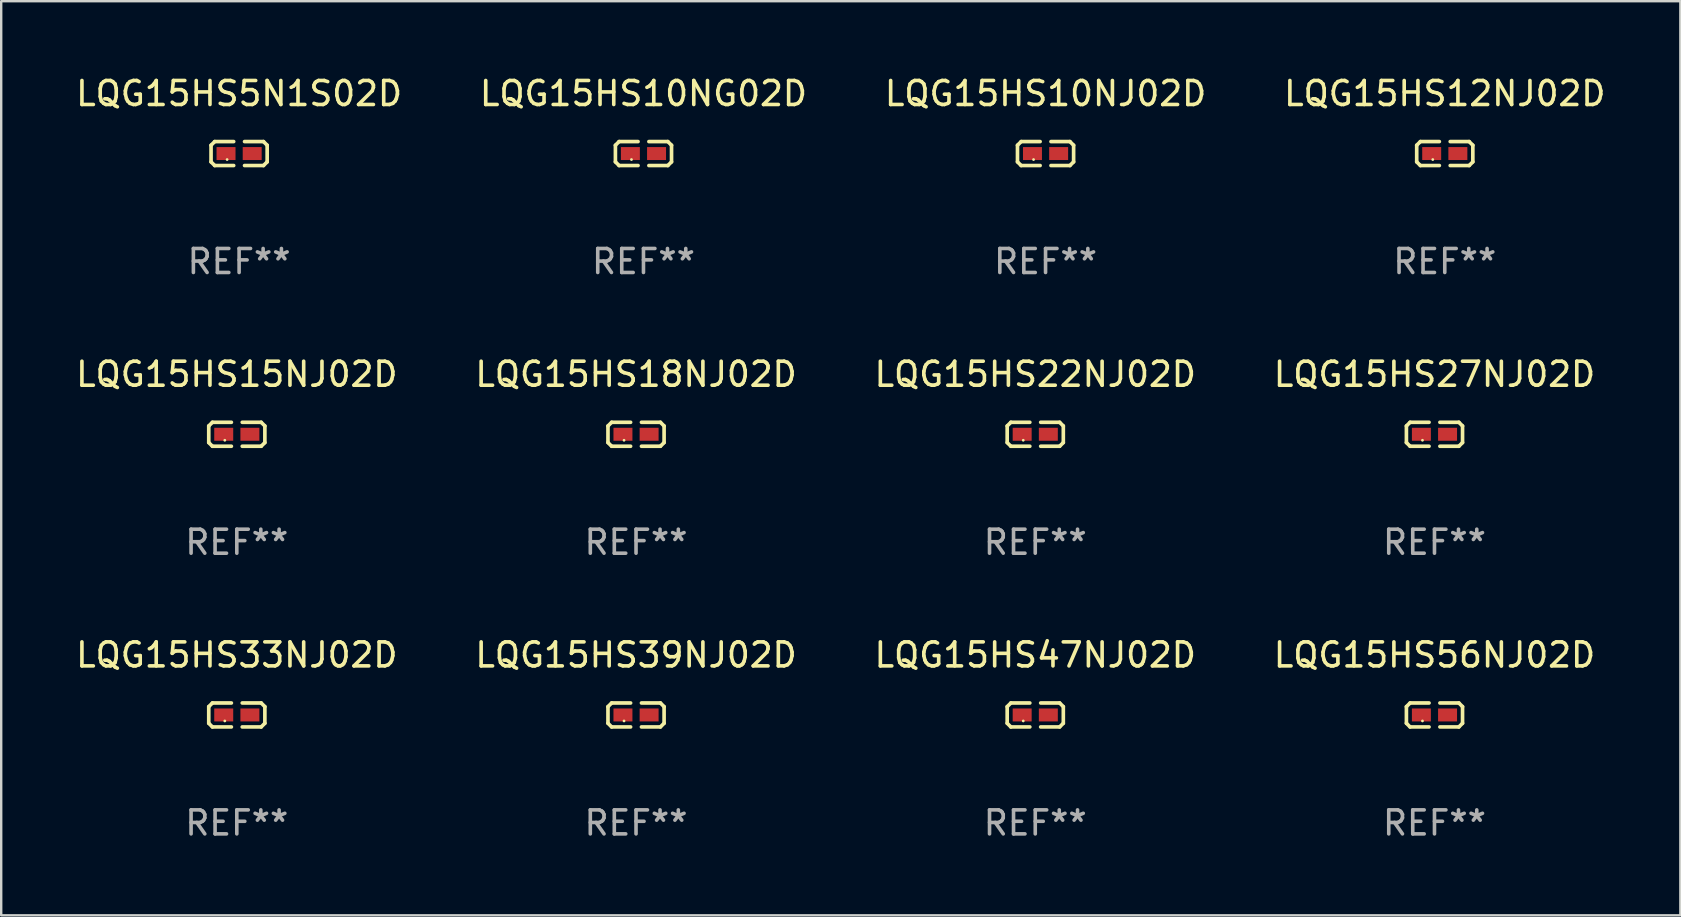
<source format=kicad_pcb>
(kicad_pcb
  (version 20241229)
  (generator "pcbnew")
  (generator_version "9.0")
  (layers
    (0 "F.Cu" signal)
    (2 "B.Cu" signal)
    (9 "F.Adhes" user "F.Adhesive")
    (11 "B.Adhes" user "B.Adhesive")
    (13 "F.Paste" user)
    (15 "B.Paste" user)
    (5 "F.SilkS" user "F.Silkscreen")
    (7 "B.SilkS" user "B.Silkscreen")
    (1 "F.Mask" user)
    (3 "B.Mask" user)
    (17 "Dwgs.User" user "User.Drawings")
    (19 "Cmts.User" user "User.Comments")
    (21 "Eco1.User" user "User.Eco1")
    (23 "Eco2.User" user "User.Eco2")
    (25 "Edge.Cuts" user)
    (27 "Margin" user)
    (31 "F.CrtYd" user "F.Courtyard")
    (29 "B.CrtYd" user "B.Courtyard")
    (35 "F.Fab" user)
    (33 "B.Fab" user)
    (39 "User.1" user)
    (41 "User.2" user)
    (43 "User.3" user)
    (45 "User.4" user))
  (footprint "LQG15HS22NJ02D"
    (layer "F.Cu")
    (at 40.077 15.041)
    (property "Reference" "LQG15HS22NJ02D" (at 0 -2.499 0) (layer "F.SilkS") (effects (font (size 1 1) (thickness 0.15))))
    (attr through_hole)
    (fp_line (start -1.169 -0.346) (end -1.016 -0.499) (stroke (width 0.152) (type solid)) (layer "F.SilkS"))
    (fp_line (start -1.169 0.346) (end -1.169 -0.346) (stroke (width 0.152) (type solid)) (layer "F.SilkS"))
    (fp_line (start -1.016 -0.499) (end -0.226 -0.499) (stroke (width 0.152) (type solid)) (layer "F.SilkS"))
    (fp_line (start -1.016 0.499) (end -1.169 0.346) (stroke (width 0.152) (type solid)) (layer "F.SilkS"))
    (fp_line (start -0.226 0.499) (end -1.016 0.499) (stroke (width 0.152) (type solid)) (layer "F.SilkS"))
    (fp_line (start 0.226 0.499) (end 1.016 0.499) (stroke (width 0.152) (type solid)) (layer "F.SilkS"))
    (fp_line (start 1.016 -0.499) (end 0.226 -0.499) (stroke (width 0.152) (type solid)) (layer "F.SilkS"))
    (fp_line (start 1.016 0.499) (end 1.169 0.346) (stroke (width 0.152) (type solid)) (layer "F.SilkS"))
    (fp_line (start 1.169 -0.346) (end 1.016 -0.499) (stroke (width 0.152) (type solid)) (layer "F.SilkS"))
    (fp_line (start 1.169 0.346) (end 1.169 -0.346) (stroke (width 0.152) (type solid)) (layer "F.SilkS"))
    (fp_circle (center -0.5 0.25) (end -0.47 0.25) (stroke (width 0.06) (type solid)) (fill no) (layer "F.SilkS"))
    (fp_text user "REF**" (at 0 4.499 0) (layer "F.Fab") (effects (font (size 1 1) (thickness 0.15))))
    (pad "1" smd rect (at -0.545 0) (size 0.79 0.54) (layers "F.Cu" "F.Mask" "F.Paste"))
    (pad "2" smd rect (at 0.545 0) (size 0.79 0.54) (layers "F.Cu" "F.Mask" "F.Paste")))
  (footprint "LQG15HS10NJ02D"
    (layer "F.Cu")
    (at 40.506 3.347)
    (property "Reference" "LQG15HS10NJ02D" (at 0 -2.499 0) (layer "F.SilkS") (effects (font (size 1 1) (thickness 0.15))))
    (attr through_hole)
    (fp_line (start -1.169 -0.346) (end -1.016 -0.499) (stroke (width 0.152) (type solid)) (layer "F.SilkS"))
    (fp_line (start -1.169 0.346) (end -1.169 -0.346) (stroke (width 0.152) (type solid)) (layer "F.SilkS"))
    (fp_line (start -1.016 -0.499) (end -0.226 -0.499) (stroke (width 0.152) (type solid)) (layer "F.SilkS"))
    (fp_line (start -1.016 0.499) (end -1.169 0.346) (stroke (width 0.152) (type solid)) (layer "F.SilkS"))
    (fp_line (start -0.226 0.499) (end -1.016 0.499) (stroke (width 0.152) (type solid)) (layer "F.SilkS"))
    (fp_line (start 0.226 0.499) (end 1.016 0.499) (stroke (width 0.152) (type solid)) (layer "F.SilkS"))
    (fp_line (start 1.016 -0.499) (end 0.226 -0.499) (stroke (width 0.152) (type solid)) (layer "F.SilkS"))
    (fp_line (start 1.016 0.499) (end 1.169 0.346) (stroke (width 0.152) (type solid)) (layer "F.SilkS"))
    (fp_line (start 1.169 -0.346) (end 1.016 -0.499) (stroke (width 0.152) (type solid)) (layer "F.SilkS"))
    (fp_line (start 1.169 0.346) (end 1.169 -0.346) (stroke (width 0.152) (type solid)) (layer "F.SilkS"))
    (fp_circle (center -0.5 0.25) (end -0.47 0.25) (stroke (width 0.06) (type solid)) (fill no) (layer "F.SilkS"))
    (fp_text user "REF**" (at 0 4.499 0) (layer "F.Fab") (effects (font (size 1 1) (thickness 0.15))))
    (pad "1" smd rect (at -0.545 0) (size 0.79 0.54) (layers "F.Cu" "F.Mask" "F.Paste"))
    (pad "2" smd rect (at 0.545 0) (size 0.79 0.54) (layers "F.Cu" "F.Mask" "F.Paste")))
  (footprint "LQG15HS18NJ02D"
    (layer "F.Cu")
    (at 23.446 15.041)
    (property "Reference" "LQG15HS18NJ02D" (at 0 -2.499 0) (layer "F.SilkS") (effects (font (size 1 1) (thickness 0.15))))
    (attr through_hole)
    (fp_line (start -1.169 -0.346) (end -1.016 -0.499) (stroke (width 0.152) (type solid)) (layer "F.SilkS"))
    (fp_line (start -1.169 0.346) (end -1.169 -0.346) (stroke (width 0.152) (type solid)) (layer "F.SilkS"))
    (fp_line (start -1.016 -0.499) (end -0.226 -0.499) (stroke (width 0.152) (type solid)) (layer "F.SilkS"))
    (fp_line (start -1.016 0.499) (end -1.169 0.346) (stroke (width 0.152) (type solid)) (layer "F.SilkS"))
    (fp_line (start -0.226 0.499) (end -1.016 0.499) (stroke (width 0.152) (type solid)) (layer "F.SilkS"))
    (fp_line (start 0.226 0.499) (end 1.016 0.499) (stroke (width 0.152) (type solid)) (layer "F.SilkS"))
    (fp_line (start 1.016 -0.499) (end 0.226 -0.499) (stroke (width 0.152) (type solid)) (layer "F.SilkS"))
    (fp_line (start 1.016 0.499) (end 1.169 0.346) (stroke (width 0.152) (type solid)) (layer "F.SilkS"))
    (fp_line (start 1.169 -0.346) (end 1.016 -0.499) (stroke (width 0.152) (type solid)) (layer "F.SilkS"))
    (fp_line (start 1.169 0.346) (end 1.169 -0.346) (stroke (width 0.152) (type solid)) (layer "F.SilkS"))
    (fp_circle (center -0.5 0.25) (end -0.47 0.25) (stroke (width 0.06) (type solid)) (fill no) (layer "F.SilkS"))
    (fp_text user "REF**" (at 0 4.499 0) (layer "F.Fab") (effects (font (size 1 1) (thickness 0.15))))
    (pad "1" smd rect (at -0.545 0) (size 0.79 0.54) (layers "F.Cu" "F.Mask" "F.Paste"))
    (pad "2" smd rect (at 0.545 0) (size 0.79 0.54) (layers "F.Cu" "F.Mask" "F.Paste")))
  (footprint "LQG15HS47NJ02D"
    (layer "F.Cu")
    (at 40.077 26.734)
    (property "Reference" "LQG15HS47NJ02D" (at 0 -2.499 0) (layer "F.SilkS") (effects (font (size 1 1) (thickness 0.15))))
    (attr through_hole)
    (fp_line (start -1.169 -0.346) (end -1.016 -0.499) (stroke (width 0.152) (type solid)) (layer "F.SilkS"))
    (fp_line (start -1.169 0.346) (end -1.169 -0.346) (stroke (width 0.152) (type solid)) (layer "F.SilkS"))
    (fp_line (start -1.016 -0.499) (end -0.226 -0.499) (stroke (width 0.152) (type solid)) (layer "F.SilkS"))
    (fp_line (start -1.016 0.499) (end -1.169 0.346) (stroke (width 0.152) (type solid)) (layer "F.SilkS"))
    (fp_line (start -0.226 0.499) (end -1.016 0.499) (stroke (width 0.152) (type solid)) (layer "F.SilkS"))
    (fp_line (start 0.226 0.499) (end 1.016 0.499) (stroke (width 0.152) (type solid)) (layer "F.SilkS"))
    (fp_line (start 1.016 -0.499) (end 0.226 -0.499) (stroke (width 0.152) (type solid)) (layer "F.SilkS"))
    (fp_line (start 1.016 0.499) (end 1.169 0.346) (stroke (width 0.152) (type solid)) (layer "F.SilkS"))
    (fp_line (start 1.169 -0.346) (end 1.016 -0.499) (stroke (width 0.152) (type solid)) (layer "F.SilkS"))
    (fp_line (start 1.169 0.346) (end 1.169 -0.346) (stroke (width 0.152) (type solid)) (layer "F.SilkS"))
    (fp_circle (center -0.5 0.25) (end -0.47 0.25) (stroke (width 0.06) (type solid)) (fill no) (layer "F.SilkS"))
    (fp_text user "REF**" (at 0 4.499 0) (layer "F.Fab") (effects (font (size 1 1) (thickness 0.15))))
    (pad "1" smd rect (at -0.545 0) (size 0.79 0.54) (layers "F.Cu" "F.Mask" "F.Paste"))
    (pad "2" smd rect (at 0.545 0) (size 0.79 0.54) (layers "F.Cu" "F.Mask" "F.Paste")))
  (footprint "LQG15HS39NJ02D"
    (layer "F.Cu")
    (at 23.446 26.734)
    (property "Reference" "LQG15HS39NJ02D" (at 0 -2.499 0) (layer "F.SilkS") (effects (font (size 1 1) (thickness 0.15))))
    (attr through_hole)
    (fp_line (start -1.169 -0.346) (end -1.016 -0.499) (stroke (width 0.152) (type solid)) (layer "F.SilkS"))
    (fp_line (start -1.169 0.346) (end -1.169 -0.346) (stroke (width 0.152) (type solid)) (layer "F.SilkS"))
    (fp_line (start -1.016 -0.499) (end -0.226 -0.499) (stroke (width 0.152) (type solid)) (layer "F.SilkS"))
    (fp_line (start -1.016 0.499) (end -1.169 0.346) (stroke (width 0.152) (type solid)) (layer "F.SilkS"))
    (fp_line (start -0.226 0.499) (end -1.016 0.499) (stroke (width 0.152) (type solid)) (layer "F.SilkS"))
    (fp_line (start 0.226 0.499) (end 1.016 0.499) (stroke (width 0.152) (type solid)) (layer "F.SilkS"))
    (fp_line (start 1.016 -0.499) (end 0.226 -0.499) (stroke (width 0.152) (type solid)) (layer "F.SilkS"))
    (fp_line (start 1.016 0.499) (end 1.169 0.346) (stroke (width 0.152) (type solid)) (layer "F.SilkS"))
    (fp_line (start 1.169 -0.346) (end 1.016 -0.499) (stroke (width 0.152) (type solid)) (layer "F.SilkS"))
    (fp_line (start 1.169 0.346) (end 1.169 -0.346) (stroke (width 0.152) (type solid)) (layer "F.SilkS"))
    (fp_circle (center -0.5 0.25) (end -0.47 0.25) (stroke (width 0.06) (type solid)) (fill no) (layer "F.SilkS"))
    (fp_text user "REF**" (at 0 4.499 0) (layer "F.Fab") (effects (font (size 1 1) (thickness 0.15))))
    (pad "1" smd rect (at -0.545 0) (size 0.79 0.54) (layers "F.Cu" "F.Mask" "F.Paste"))
    (pad "2" smd rect (at 0.545 0) (size 0.79 0.54) (layers "F.Cu" "F.Mask" "F.Paste")))
  (footprint "LQG15HS27NJ02D"
    (layer "F.Cu")
    (at 56.708 15.041)
    (property "Reference" "LQG15HS27NJ02D" (at 0 -2.499 0) (layer "F.SilkS") (effects (font (size 1 1) (thickness 0.15))))
    (attr through_hole)
    (fp_line (start -1.169 -0.346) (end -1.016 -0.499) (stroke (width 0.152) (type solid)) (layer "F.SilkS"))
    (fp_line (start -1.169 0.346) (end -1.169 -0.346) (stroke (width 0.152) (type solid)) (layer "F.SilkS"))
    (fp_line (start -1.016 -0.499) (end -0.226 -0.499) (stroke (width 0.152) (type solid)) (layer "F.SilkS"))
    (fp_line (start -1.016 0.499) (end -1.169 0.346) (stroke (width 0.152) (type solid)) (layer "F.SilkS"))
    (fp_line (start -0.226 0.499) (end -1.016 0.499) (stroke (width 0.152) (type solid)) (layer "F.SilkS"))
    (fp_line (start 0.226 0.499) (end 1.016 0.499) (stroke (width 0.152) (type solid)) (layer "F.SilkS"))
    (fp_line (start 1.016 -0.499) (end 0.226 -0.499) (stroke (width 0.152) (type solid)) (layer "F.SilkS"))
    (fp_line (start 1.016 0.499) (end 1.169 0.346) (stroke (width 0.152) (type solid)) (layer "F.SilkS"))
    (fp_line (start 1.169 -0.346) (end 1.016 -0.499) (stroke (width 0.152) (type solid)) (layer "F.SilkS"))
    (fp_line (start 1.169 0.346) (end 1.169 -0.346) (stroke (width 0.152) (type solid)) (layer "F.SilkS"))
    (fp_circle (center -0.5 0.25) (end -0.47 0.25) (stroke (width 0.06) (type solid)) (fill no) (layer "F.SilkS"))
    (fp_text user "REF**" (at 0 4.499 0) (layer "F.Fab") (effects (font (size 1 1) (thickness 0.15))))
    (pad "1" smd rect (at -0.545 0) (size 0.79 0.54) (layers "F.Cu" "F.Mask" "F.Paste"))
    (pad "2" smd rect (at 0.545 0) (size 0.79 0.54) (layers "F.Cu" "F.Mask" "F.Paste")))
  (footprint "LQG15HS12NJ02D"
    (layer "F.Cu")
    (at 57.137 3.347)
    (property "Reference" "LQG15HS12NJ02D" (at 0 -2.499 0) (layer "F.SilkS") (effects (font (size 1 1) (thickness 0.15))))
    (attr through_hole)
    (fp_line (start -1.169 -0.346) (end -1.016 -0.499) (stroke (width 0.152) (type solid)) (layer "F.SilkS"))
    (fp_line (start -1.169 0.346) (end -1.169 -0.346) (stroke (width 0.152) (type solid)) (layer "F.SilkS"))
    (fp_line (start -1.016 -0.499) (end -0.226 -0.499) (stroke (width 0.152) (type solid)) (layer "F.SilkS"))
    (fp_line (start -1.016 0.499) (end -1.169 0.346) (stroke (width 0.152) (type solid)) (layer "F.SilkS"))
    (fp_line (start -0.226 0.499) (end -1.016 0.499) (stroke (width 0.152) (type solid)) (layer "F.SilkS"))
    (fp_line (start 0.226 0.499) (end 1.016 0.499) (stroke (width 0.152) (type solid)) (layer "F.SilkS"))
    (fp_line (start 1.016 -0.499) (end 0.226 -0.499) (stroke (width 0.152) (type solid)) (layer "F.SilkS"))
    (fp_line (start 1.016 0.499) (end 1.169 0.346) (stroke (width 0.152) (type solid)) (layer "F.SilkS"))
    (fp_line (start 1.169 -0.346) (end 1.016 -0.499) (stroke (width 0.152) (type solid)) (layer "F.SilkS"))
    (fp_line (start 1.169 0.346) (end 1.169 -0.346) (stroke (width 0.152) (type solid)) (layer "F.SilkS"))
    (fp_circle (center -0.5 0.25) (end -0.47 0.25) (stroke (width 0.06) (type solid)) (fill no) (layer "F.SilkS"))
    (fp_text user "REF**" (at 0 4.499 0) (layer "F.Fab") (effects (font (size 1 1) (thickness 0.15))))
    (pad "1" smd rect (at -0.545 0) (size 0.79 0.54) (layers "F.Cu" "F.Mask" "F.Paste"))
    (pad "2" smd rect (at 0.545 0) (size 0.79 0.54) (layers "F.Cu" "F.Mask" "F.Paste")))
  (footprint "LQG15HS5N1S02D"
    (layer "F.Cu")
    (at 6.911 3.347)
    (property "Reference" "LQG15HS5N1S02D" (at 0 -2.499 0) (layer "F.SilkS") (effects (font (size 1 1) (thickness 0.15))))
    (attr through_hole)
    (fp_line (start -1.169 -0.346) (end -1.016 -0.499) (stroke (width 0.152) (type solid)) (layer "F.SilkS"))
    (fp_line (start -1.169 0.346) (end -1.169 -0.346) (stroke (width 0.152) (type solid)) (layer "F.SilkS"))
    (fp_line (start -1.016 -0.499) (end -0.226 -0.499) (stroke (width 0.152) (type solid)) (layer "F.SilkS"))
    (fp_line (start -1.016 0.499) (end -1.169 0.346) (stroke (width 0.152) (type solid)) (layer "F.SilkS"))
    (fp_line (start -0.226 0.499) (end -1.016 0.499) (stroke (width 0.152) (type solid)) (layer "F.SilkS"))
    (fp_line (start 0.226 0.499) (end 1.016 0.499) (stroke (width 0.152) (type solid)) (layer "F.SilkS"))
    (fp_line (start 1.016 -0.499) (end 0.226 -0.499) (stroke (width 0.152) (type solid)) (layer "F.SilkS"))
    (fp_line (start 1.016 0.499) (end 1.169 0.346) (stroke (width 0.152) (type solid)) (layer "F.SilkS"))
    (fp_line (start 1.169 -0.346) (end 1.016 -0.499) (stroke (width 0.152) (type solid)) (layer "F.SilkS"))
    (fp_line (start 1.169 0.346) (end 1.169 -0.346) (stroke (width 0.152) (type solid)) (layer "F.SilkS"))
    (fp_circle (center -0.5 0.25) (end -0.47 0.25) (stroke (width 0.06) (type solid)) (fill no) (layer "F.SilkS"))
    (fp_text user "REF**" (at 0 4.499 0) (layer "F.Fab") (effects (font (size 1 1) (thickness 0.15))))
    (pad "1" smd rect (at -0.545 0) (size 0.79 0.54) (layers "F.Cu" "F.Mask" "F.Paste"))
    (pad "2" smd rect (at 0.545 0) (size 0.79 0.54) (layers "F.Cu" "F.Mask" "F.Paste")))
  (footprint "LQG15HS15NJ02D"
    (layer "F.Cu")
    (at 6.815 15.041)
    (property "Reference" "LQG15HS15NJ02D" (at 0 -2.499 0) (layer "F.SilkS") (effects (font (size 1 1) (thickness 0.15))))
    (attr through_hole)
    (fp_line (start -1.169 -0.346) (end -1.016 -0.499) (stroke (width 0.152) (type solid)) (layer "F.SilkS"))
    (fp_line (start -1.169 0.346) (end -1.169 -0.346) (stroke (width 0.152) (type solid)) (layer "F.SilkS"))
    (fp_line (start -1.016 -0.499) (end -0.226 -0.499) (stroke (width 0.152) (type solid)) (layer "F.SilkS"))
    (fp_line (start -1.016 0.499) (end -1.169 0.346) (stroke (width 0.152) (type solid)) (layer "F.SilkS"))
    (fp_line (start -0.226 0.499) (end -1.016 0.499) (stroke (width 0.152) (type solid)) (layer "F.SilkS"))
    (fp_line (start 0.226 0.499) (end 1.016 0.499) (stroke (width 0.152) (type solid)) (layer "F.SilkS"))
    (fp_line (start 1.016 -0.499) (end 0.226 -0.499) (stroke (width 0.152) (type solid)) (layer "F.SilkS"))
    (fp_line (start 1.016 0.499) (end 1.169 0.346) (stroke (width 0.152) (type solid)) (layer "F.SilkS"))
    (fp_line (start 1.169 -0.346) (end 1.016 -0.499) (stroke (width 0.152) (type solid)) (layer "F.SilkS"))
    (fp_line (start 1.169 0.346) (end 1.169 -0.346) (stroke (width 0.152) (type solid)) (layer "F.SilkS"))
    (fp_circle (center -0.5 0.25) (end -0.47 0.25) (stroke (width 0.06) (type solid)) (fill no) (layer "F.SilkS"))
    (fp_text user "REF**" (at 0 4.499 0) (layer "F.Fab") (effects (font (size 1 1) (thickness 0.15))))
    (pad "1" smd rect (at -0.545 0) (size 0.79 0.54) (layers "F.Cu" "F.Mask" "F.Paste"))
    (pad "2" smd rect (at 0.545 0) (size 0.79 0.54) (layers "F.Cu" "F.Mask" "F.Paste")))
  (footprint "LQG15HS56NJ02D"
    (layer "F.Cu")
    (at 56.708 26.734)
    (property "Reference" "LQG15HS56NJ02D" (at 0 -2.499 0) (layer "F.SilkS") (effects (font (size 1 1) (thickness 0.15))))
    (attr through_hole)
    (fp_line (start -1.169 -0.346) (end -1.016 -0.499) (stroke (width 0.152) (type solid)) (layer "F.SilkS"))
    (fp_line (start -1.169 0.346) (end -1.169 -0.346) (stroke (width 0.152) (type solid)) (layer "F.SilkS"))
    (fp_line (start -1.016 -0.499) (end -0.226 -0.499) (stroke (width 0.152) (type solid)) (layer "F.SilkS"))
    (fp_line (start -1.016 0.499) (end -1.169 0.346) (stroke (width 0.152) (type solid)) (layer "F.SilkS"))
    (fp_line (start -0.226 0.499) (end -1.016 0.499) (stroke (width 0.152) (type solid)) (layer "F.SilkS"))
    (fp_line (start 0.226 0.499) (end 1.016 0.499) (stroke (width 0.152) (type solid)) (layer "F.SilkS"))
    (fp_line (start 1.016 -0.499) (end 0.226 -0.499) (stroke (width 0.152) (type solid)) (layer "F.SilkS"))
    (fp_line (start 1.016 0.499) (end 1.169 0.346) (stroke (width 0.152) (type solid)) (layer "F.SilkS"))
    (fp_line (start 1.169 -0.346) (end 1.016 -0.499) (stroke (width 0.152) (type solid)) (layer "F.SilkS"))
    (fp_line (start 1.169 0.346) (end 1.169 -0.346) (stroke (width 0.152) (type solid)) (layer "F.SilkS"))
    (fp_circle (center -0.5 0.25) (end -0.47 0.25) (stroke (width 0.06) (type solid)) (fill no) (layer "F.SilkS"))
    (fp_text user "REF**" (at 0 4.499 0) (layer "F.Fab") (effects (font (size 1 1) (thickness 0.15))))
    (pad "1" smd rect (at -0.545 0) (size 0.79 0.54) (layers "F.Cu" "F.Mask" "F.Paste"))
    (pad "2" smd rect (at 0.545 0) (size 0.79 0.54) (layers "F.Cu" "F.Mask" "F.Paste")))
  (footprint "LQG15HS10NG02D"
    (layer "F.Cu")
    (at 23.756 3.347)
    (property "Reference" "LQG15HS10NG02D" (at 0 -2.499 0) (layer "F.SilkS") (effects (font (size 1 1) (thickness 0.15))))
    (attr through_hole)
    (fp_line (start -1.169 -0.346) (end -1.016 -0.499) (stroke (width 0.152) (type solid)) (layer "F.SilkS"))
    (fp_line (start -1.169 0.346) (end -1.169 -0.346) (stroke (width 0.152) (type solid)) (layer "F.SilkS"))
    (fp_line (start -1.016 -0.499) (end -0.226 -0.499) (stroke (width 0.152) (type solid)) (layer "F.SilkS"))
    (fp_line (start -1.016 0.499) (end -1.169 0.346) (stroke (width 0.152) (type solid)) (layer "F.SilkS"))
    (fp_line (start -0.226 0.499) (end -1.016 0.499) (stroke (width 0.152) (type solid)) (layer "F.SilkS"))
    (fp_line (start 0.226 0.499) (end 1.016 0.499) (stroke (width 0.152) (type solid)) (layer "F.SilkS"))
    (fp_line (start 1.016 -0.499) (end 0.226 -0.499) (stroke (width 0.152) (type solid)) (layer "F.SilkS"))
    (fp_line (start 1.016 0.499) (end 1.169 0.346) (stroke (width 0.152) (type solid)) (layer "F.SilkS"))
    (fp_line (start 1.169 -0.346) (end 1.016 -0.499) (stroke (width 0.152) (type solid)) (layer "F.SilkS"))
    (fp_line (start 1.169 0.346) (end 1.169 -0.346) (stroke (width 0.152) (type solid)) (layer "F.SilkS"))
    (fp_circle (center -0.5 0.25) (end -0.47 0.25) (stroke (width 0.06) (type solid)) (fill no) (layer "F.SilkS"))
    (fp_text user "REF**" (at 0 4.499 0) (layer "F.Fab") (effects (font (size 1 1) (thickness 0.15))))
    (pad "1" smd rect (at -0.545 0) (size 0.79 0.54) (layers "F.Cu" "F.Mask" "F.Paste"))
    (pad "2" smd rect (at 0.545 0) (size 0.79 0.54) (layers "F.Cu" "F.Mask" "F.Paste")))
  (footprint "LQG15HS33NJ02D"
    (layer "F.Cu")
    (at 6.815 26.734)
    (property "Reference" "LQG15HS33NJ02D" (at 0 -2.499 0) (layer "F.SilkS") (effects (font (size 1 1) (thickness 0.15))))
    (attr through_hole)
    (fp_line (start -1.169 -0.346) (end -1.016 -0.499) (stroke (width 0.152) (type solid)) (layer "F.SilkS"))
    (fp_line (start -1.169 0.346) (end -1.169 -0.346) (stroke (width 0.152) (type solid)) (layer "F.SilkS"))
    (fp_line (start -1.016 -0.499) (end -0.226 -0.499) (stroke (width 0.152) (type solid)) (layer "F.SilkS"))
    (fp_line (start -1.016 0.499) (end -1.169 0.346) (stroke (width 0.152) (type solid)) (layer "F.SilkS"))
    (fp_line (start -0.226 0.499) (end -1.016 0.499) (stroke (width 0.152) (type solid)) (layer "F.SilkS"))
    (fp_line (start 0.226 0.499) (end 1.016 0.499) (stroke (width 0.152) (type solid)) (layer "F.SilkS"))
    (fp_line (start 1.016 -0.499) (end 0.226 -0.499) (stroke (width 0.152) (type solid)) (layer "F.SilkS"))
    (fp_line (start 1.016 0.499) (end 1.169 0.346) (stroke (width 0.152) (type solid)) (layer "F.SilkS"))
    (fp_line (start 1.169 -0.346) (end 1.016 -0.499) (stroke (width 0.152) (type solid)) (layer "F.SilkS"))
    (fp_line (start 1.169 0.346) (end 1.169 -0.346) (stroke (width 0.152) (type solid)) (layer "F.SilkS"))
    (fp_circle (center -0.5 0.25) (end -0.47 0.25) (stroke (width 0.06) (type solid)) (fill no) (layer "F.SilkS"))
    (fp_text user "REF**" (at 0 4.499 0) (layer "F.Fab") (effects (font (size 1 1) (thickness 0.15))))
    (pad "1" smd rect (at -0.545 0) (size 0.79 0.54) (layers "F.Cu" "F.Mask" "F.Paste"))
    (pad "2" smd rect (at 0.545 0) (size 0.79 0.54) (layers "F.Cu" "F.Mask" "F.Paste")))
  (gr_rect
    (start -3 -3)
    (end 66.952 35.081)
    (stroke (width 0.1) (type default))
    (fill no)
    (layer "Edge.Cuts")))
</source>
